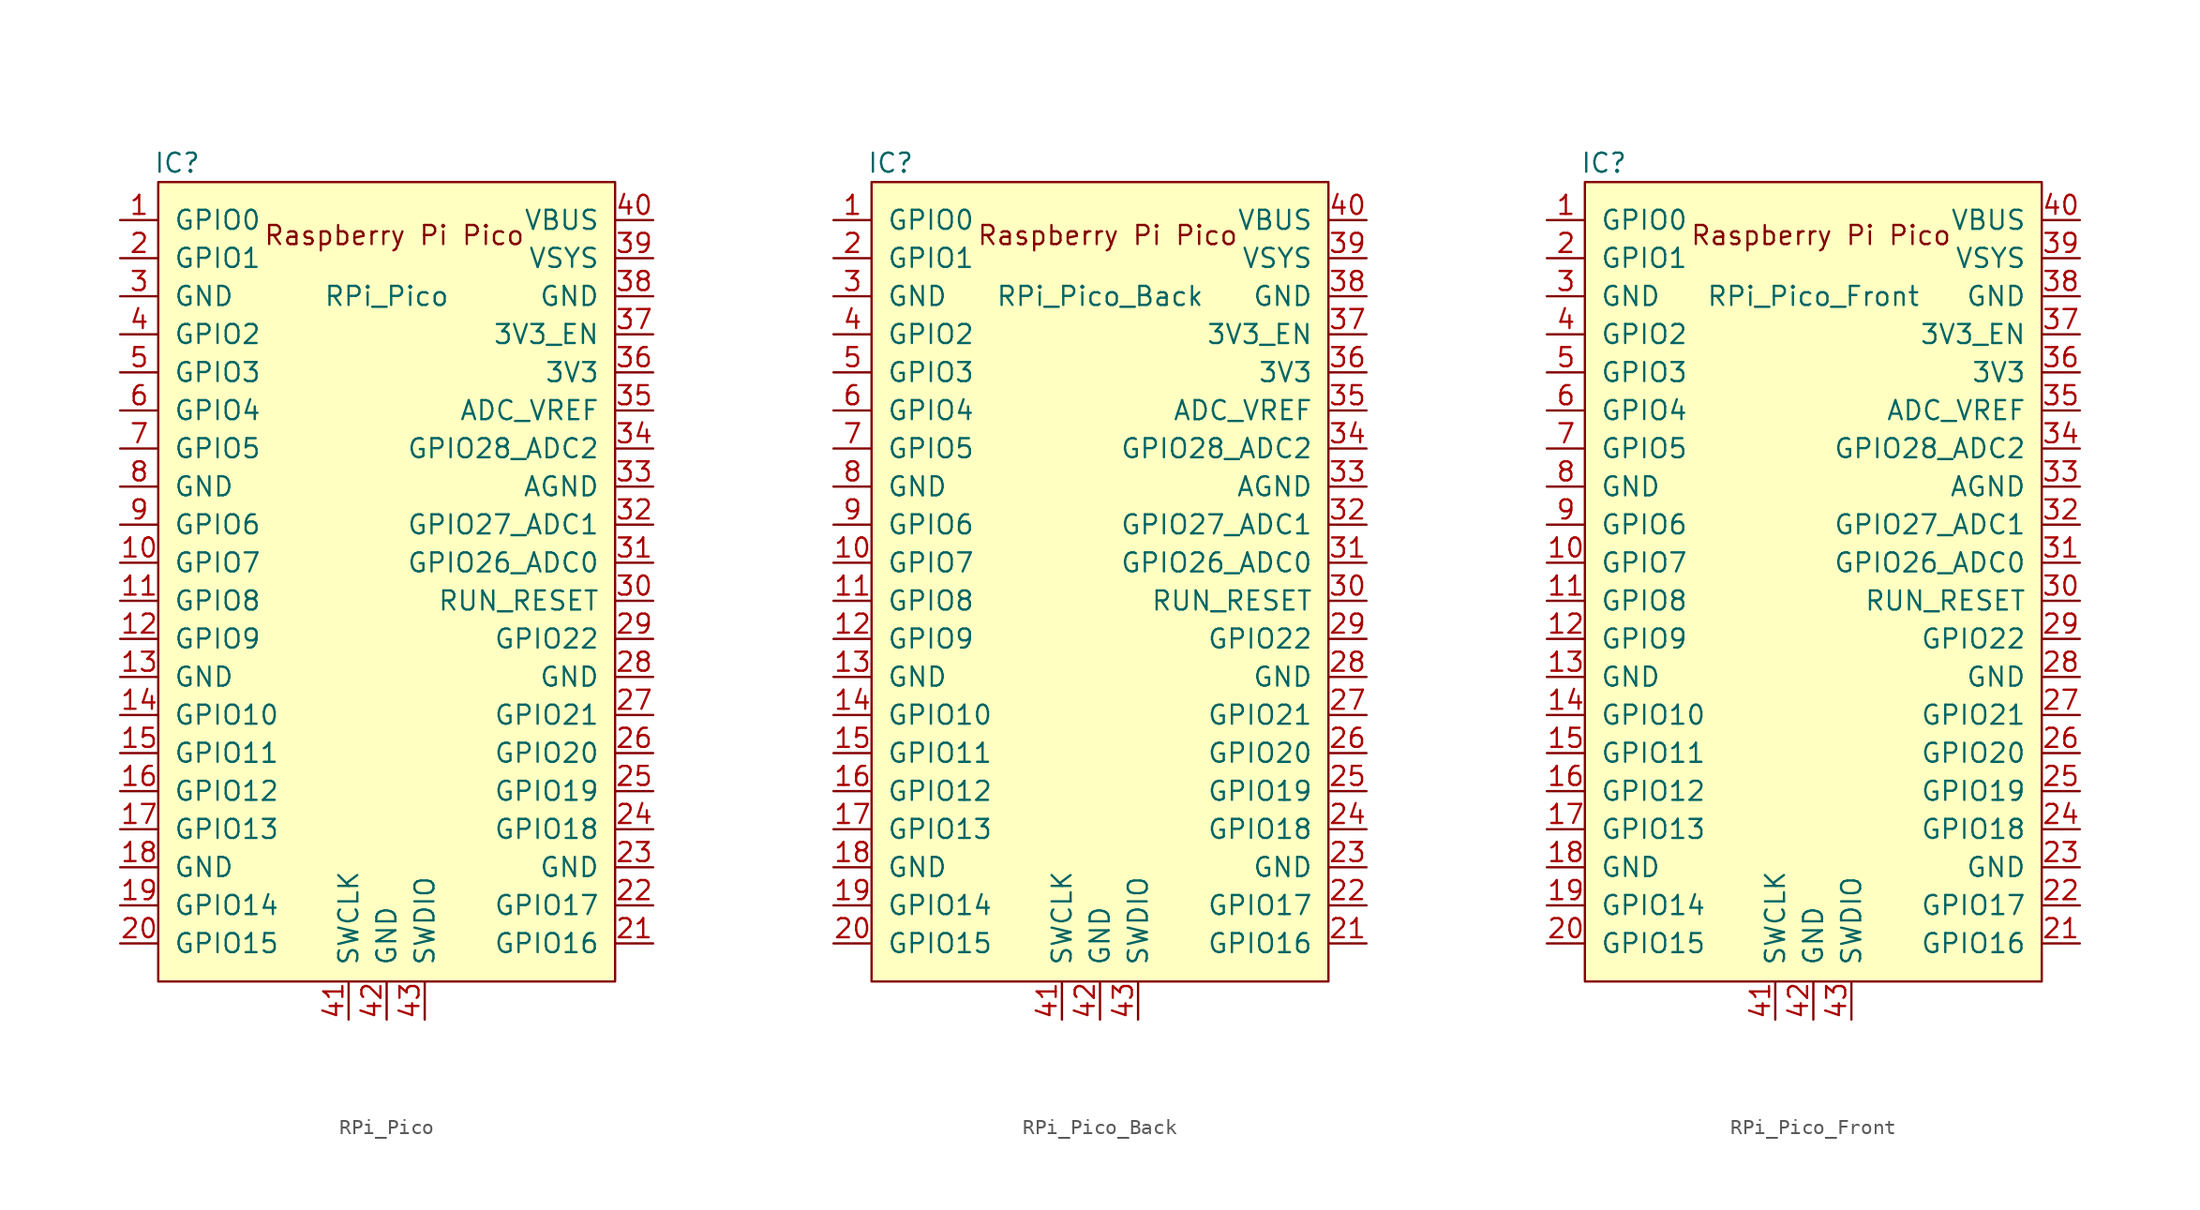
<source format=kicad_sym>
(kicad_symbol_lib
  (version 20211014)
  (generator kicad_symbol_editor)
  (symbol "RPi_Pico"
    (pin_names
      (offset 1.016))
    (property "Reference" "IC"
      (at -13.97 27.94 0)
      (effects (font (size 1.27 1.27))))
    (property "Value" "RPi_Pico"
      (at 0 19.05 0)
      (effects (font (size 1.27 1.27))))
    (symbol "RPi_Pico_0_0"
      (text "Raspberry Pi Pico" (at 0.508 23.114 0) (effects (font (size 1.27 1.27)))))
    (symbol "RPi_Pico_0_1"
      (rectangle (start -15.24 26.67) (end 15.24 -26.67) (stroke (width 0) (type default) (color 0 0 0 0)) (fill (type background))))
    (symbol "RPi_Pico_1_1"
      (pin bidirectional line (at -17.78 24.13 0) (length 2.54) (name "GPIO0" (effects (font (size 1.27 1.27)))) (number "1" (effects (font (size 1.27 1.27)))))
      (pin bidirectional line (at -17.78 1.27 0) (length 2.54) (name "GPIO7" (effects (font (size 1.27 1.27)))) (number "10" (effects (font (size 1.27 1.27)))))
      (pin bidirectional line (at -17.78 -1.27 0) (length 2.54) (name "GPIO8" (effects (font (size 1.27 1.27)))) (number "11" (effects (font (size 1.27 1.27)))))
      (pin bidirectional line (at -17.78 -3.81 0) (length 2.54) (name "GPIO9" (effects (font (size 1.27 1.27)))) (number "12" (effects (font (size 1.27 1.27)))))
      (pin power_in line (at -17.78 -6.35 0) (length 2.54) (name "GND" (effects (font (size 1.27 1.27)))) (number "13" (effects (font (size 1.27 1.27)))))
      (pin bidirectional line (at -17.78 -8.89 0) (length 2.54) (name "GPIO10" (effects (font (size 1.27 1.27)))) (number "14" (effects (font (size 1.27 1.27)))))
      (pin bidirectional line (at -17.78 -11.43 0) (length 2.54) (name "GPIO11" (effects (font (size 1.27 1.27)))) (number "15" (effects (font (size 1.27 1.27)))))
      (pin bidirectional line (at -17.78 -13.97 0) (length 2.54) (name "GPIO12" (effects (font (size 1.27 1.27)))) (number "16" (effects (font (size 1.27 1.27)))))
      (pin bidirectional line (at -17.78 -16.51 0) (length 2.54) (name "GPIO13" (effects (font (size 1.27 1.27)))) (number "17" (effects (font (size 1.27 1.27)))))
      (pin power_in line (at -17.78 -19.05 0) (length 2.54) (name "GND" (effects (font (size 1.27 1.27)))) (number "18" (effects (font (size 1.27 1.27)))))
      (pin bidirectional line (at -17.78 -21.59 0) (length 2.54) (name "GPIO14" (effects (font (size 1.27 1.27)))) (number "19" (effects (font (size 1.27 1.27)))))
      (pin bidirectional line (at -17.78 21.59 0) (length 2.54) (name "GPIO1" (effects (font (size 1.27 1.27)))) (number "2" (effects (font (size 1.27 1.27)))))
      (pin bidirectional line (at -17.78 -24.13 0) (length 2.54) (name "GPIO15" (effects (font (size 1.27 1.27)))) (number "20" (effects (font (size 1.27 1.27)))))
      (pin bidirectional line (at 17.78 -24.13 180) (length 2.54) (name "GPIO16" (effects (font (size 1.27 1.27)))) (number "21" (effects (font (size 1.27 1.27)))))
      (pin bidirectional line (at 17.78 -21.59 180) (length 2.54) (name "GPIO17" (effects (font (size 1.27 1.27)))) (number "22" (effects (font (size 1.27 1.27)))))
      (pin power_in line (at 17.78 -19.05 180) (length 2.54) (name "GND" (effects (font (size 1.27 1.27)))) (number "23" (effects (font (size 1.27 1.27)))))
      (pin bidirectional line (at 17.78 -16.51 180) (length 2.54) (name "GPIO18" (effects (font (size 1.27 1.27)))) (number "24" (effects (font (size 1.27 1.27)))))
      (pin bidirectional line (at 17.78 -13.97 180) (length 2.54) (name "GPIO19" (effects (font (size 1.27 1.27)))) (number "25" (effects (font (size 1.27 1.27)))))
      (pin bidirectional line (at 17.78 -11.43 180) (length 2.54) (name "GPIO20" (effects (font (size 1.27 1.27)))) (number "26" (effects (font (size 1.27 1.27)))))
      (pin bidirectional line (at 17.78 -8.89 180) (length 2.54) (name "GPIO21" (effects (font (size 1.27 1.27)))) (number "27" (effects (font (size 1.27 1.27)))))
      (pin power_in line (at 17.78 -6.35 180) (length 2.54) (name "GND" (effects (font (size 1.27 1.27)))) (number "28" (effects (font (size 1.27 1.27)))))
      (pin bidirectional line (at 17.78 -3.81 180) (length 2.54) (name "GPIO22" (effects (font (size 1.27 1.27)))) (number "29" (effects (font (size 1.27 1.27)))))
      (pin power_in line (at -17.78 19.05 0) (length 2.54) (name "GND" (effects (font (size 1.27 1.27)))) (number "3" (effects (font (size 1.27 1.27)))))
      (pin input line (at 17.78 -1.27 180) (length 2.54) (name "RUN_RESET" (effects (font (size 1.27 1.27)))) (number "30" (effects (font (size 1.27 1.27)))))
      (pin bidirectional line (at 17.78 1.27 180) (length 2.54) (name "GPIO26_ADC0" (effects (font (size 1.27 1.27)))) (number "31" (effects (font (size 1.27 1.27)))))
      (pin bidirectional line (at 17.78 3.81 180) (length 2.54) (name "GPIO27_ADC1" (effects (font (size 1.27 1.27)))) (number "32" (effects (font (size 1.27 1.27)))))
      (pin power_in line (at 17.78 6.35 180) (length 2.54) (name "AGND" (effects (font (size 1.27 1.27)))) (number "33" (effects (font (size 1.27 1.27)))))
      (pin bidirectional line (at 17.78 8.89 180) (length 2.54) (name "GPIO28_ADC2" (effects (font (size 1.27 1.27)))) (number "34" (effects (font (size 1.27 1.27)))))
      (pin power_in line (at 17.78 11.43 180) (length 2.54) (name "ADC_VREF" (effects (font (size 1.27 1.27)))) (number "35" (effects (font (size 1.27 1.27)))))
      (pin power_in line (at 17.78 13.97 180) (length 2.54) (name "3V3" (effects (font (size 1.27 1.27)))) (number "36" (effects (font (size 1.27 1.27)))))
      (pin input line (at 17.78 16.51 180) (length 2.54) (name "3V3_EN" (effects (font (size 1.27 1.27)))) (number "37" (effects (font (size 1.27 1.27)))))
      (pin power_in line (at 17.78 19.05 180) (length 2.54) (name "GND" (effects (font (size 1.27 1.27)))) (number "38" (effects (font (size 1.27 1.27)))))
      (pin power_in line (at 17.78 21.59 180) (length 2.54) (name "VSYS" (effects (font (size 1.27 1.27)))) (number "39" (effects (font (size 1.27 1.27)))))
      (pin bidirectional line (at -17.78 16.51 0) (length 2.54) (name "GPIO2" (effects (font (size 1.27 1.27)))) (number "4" (effects (font (size 1.27 1.27)))))
      (pin power_in line (at 17.78 24.13 180) (length 2.54) (name "VBUS" (effects (font (size 1.27 1.27)))) (number "40" (effects (font (size 1.27 1.27)))))
      (pin input line (at -2.54 -29.21 90) (length 2.54) (name "SWCLK" (effects (font (size 1.27 1.27)))) (number "41" (effects (font (size 1.27 1.27)))))
      (pin power_in line (at 0 -29.21 90) (length 2.54) (name "GND" (effects (font (size 1.27 1.27)))) (number "42" (effects (font (size 1.27 1.27)))))
      (pin bidirectional line (at 2.54 -29.21 90) (length 2.54) (name "SWDIO" (effects (font (size 1.27 1.27)))) (number "43" (effects (font (size 1.27 1.27)))))
      (pin bidirectional line (at -17.78 13.97 0) (length 2.54) (name "GPIO3" (effects (font (size 1.27 1.27)))) (number "5" (effects (font (size 1.27 1.27)))))
      (pin bidirectional line (at -17.78 11.43 0) (length 2.54) (name "GPIO4" (effects (font (size 1.27 1.27)))) (number "6" (effects (font (size 1.27 1.27)))))
      (pin bidirectional line (at -17.78 8.89 0) (length 2.54) (name "GPIO5" (effects (font (size 1.27 1.27)))) (number "7" (effects (font (size 1.27 1.27)))))
      (pin power_in line (at -17.78 6.35 0) (length 2.54) (name "GND" (effects (font (size 1.27 1.27)))) (number "8" (effects (font (size 1.27 1.27)))))
      (pin bidirectional line (at -17.78 3.81 0) (length 2.54) (name "GPIO6" (effects (font (size 1.27 1.27)))) (number "9" (effects (font (size 1.27 1.27)))))))
  (symbol "RPi_Pico_Back"
    (pin_names
      (offset 1.016))
    (property "Reference" "IC"
      (at -13.97 27.94 0)
      (effects (font (size 1.27 1.27))))
    (property "Value" "RPi_Pico_Back"
      (at 0 19.05 0)
      (effects (font (size 1.27 1.27))))
    (symbol "RPi_Pico_Back_0_0"
      (text "Raspberry Pi Pico" (at 0.508 23.114 0) (effects (font (size 1.27 1.27)))))
    (symbol "RPi_Pico_Back_0_1"
      (rectangle (start -15.24 26.67) (end 15.24 -26.67) (stroke (width 0) (type default) (color 0 0 0 0)) (fill (type background))))
    (symbol "RPi_Pico_Back_1_1"
      (pin bidirectional line (at -17.78 24.13 0) (length 2.54) (name "GPIO0" (effects (font (size 1.27 1.27)))) (number "1" (effects (font (size 1.27 1.27)))))
      (pin bidirectional line (at -17.78 1.27 0) (length 2.54) (name "GPIO7" (effects (font (size 1.27 1.27)))) (number "10" (effects (font (size 1.27 1.27)))))
      (pin bidirectional line (at -17.78 -1.27 0) (length 2.54) (name "GPIO8" (effects (font (size 1.27 1.27)))) (number "11" (effects (font (size 1.27 1.27)))))
      (pin bidirectional line (at -17.78 -3.81 0) (length 2.54) (name "GPIO9" (effects (font (size 1.27 1.27)))) (number "12" (effects (font (size 1.27 1.27)))))
      (pin power_in line (at -17.78 -6.35 0) (length 2.54) (name "GND" (effects (font (size 1.27 1.27)))) (number "13" (effects (font (size 1.27 1.27)))))
      (pin bidirectional line (at -17.78 -8.89 0) (length 2.54) (name "GPIO10" (effects (font (size 1.27 1.27)))) (number "14" (effects (font (size 1.27 1.27)))))
      (pin bidirectional line (at -17.78 -11.43 0) (length 2.54) (name "GPIO11" (effects (font (size 1.27 1.27)))) (number "15" (effects (font (size 1.27 1.27)))))
      (pin bidirectional line (at -17.78 -13.97 0) (length 2.54) (name "GPIO12" (effects (font (size 1.27 1.27)))) (number "16" (effects (font (size 1.27 1.27)))))
      (pin bidirectional line (at -17.78 -16.51 0) (length 2.54) (name "GPIO13" (effects (font (size 1.27 1.27)))) (number "17" (effects (font (size 1.27 1.27)))))
      (pin power_in line (at -17.78 -19.05 0) (length 2.54) (name "GND" (effects (font (size 1.27 1.27)))) (number "18" (effects (font (size 1.27 1.27)))))
      (pin bidirectional line (at -17.78 -21.59 0) (length 2.54) (name "GPIO14" (effects (font (size 1.27 1.27)))) (number "19" (effects (font (size 1.27 1.27)))))
      (pin bidirectional line (at -17.78 21.59 0) (length 2.54) (name "GPIO1" (effects (font (size 1.27 1.27)))) (number "2" (effects (font (size 1.27 1.27)))))
      (pin bidirectional line (at -17.78 -24.13 0) (length 2.54) (name "GPIO15" (effects (font (size 1.27 1.27)))) (number "20" (effects (font (size 1.27 1.27)))))
      (pin bidirectional line (at 17.78 -24.13 180) (length 2.54) (name "GPIO16" (effects (font (size 1.27 1.27)))) (number "21" (effects (font (size 1.27 1.27)))))
      (pin bidirectional line (at 17.78 -21.59 180) (length 2.54) (name "GPIO17" (effects (font (size 1.27 1.27)))) (number "22" (effects (font (size 1.27 1.27)))))
      (pin power_in line (at 17.78 -19.05 180) (length 2.54) (name "GND" (effects (font (size 1.27 1.27)))) (number "23" (effects (font (size 1.27 1.27)))))
      (pin bidirectional line (at 17.78 -16.51 180) (length 2.54) (name "GPIO18" (effects (font (size 1.27 1.27)))) (number "24" (effects (font (size 1.27 1.27)))))
      (pin bidirectional line (at 17.78 -13.97 180) (length 2.54) (name "GPIO19" (effects (font (size 1.27 1.27)))) (number "25" (effects (font (size 1.27 1.27)))))
      (pin bidirectional line (at 17.78 -11.43 180) (length 2.54) (name "GPIO20" (effects (font (size 1.27 1.27)))) (number "26" (effects (font (size 1.27 1.27)))))
      (pin bidirectional line (at 17.78 -8.89 180) (length 2.54) (name "GPIO21" (effects (font (size 1.27 1.27)))) (number "27" (effects (font (size 1.27 1.27)))))
      (pin power_in line (at 17.78 -6.35 180) (length 2.54) (name "GND" (effects (font (size 1.27 1.27)))) (number "28" (effects (font (size 1.27 1.27)))))
      (pin bidirectional line (at 17.78 -3.81 180) (length 2.54) (name "GPIO22" (effects (font (size 1.27 1.27)))) (number "29" (effects (font (size 1.27 1.27)))))
      (pin power_in line (at -17.78 19.05 0) (length 2.54) (name "GND" (effects (font (size 1.27 1.27)))) (number "3" (effects (font (size 1.27 1.27)))))
      (pin input line (at 17.78 -1.27 180) (length 2.54) (name "RUN_RESET" (effects (font (size 1.27 1.27)))) (number "30" (effects (font (size 1.27 1.27)))))
      (pin bidirectional line (at 17.78 1.27 180) (length 2.54) (name "GPIO26_ADC0" (effects (font (size 1.27 1.27)))) (number "31" (effects (font (size 1.27 1.27)))))
      (pin bidirectional line (at 17.78 3.81 180) (length 2.54) (name "GPIO27_ADC1" (effects (font (size 1.27 1.27)))) (number "32" (effects (font (size 1.27 1.27)))))
      (pin power_in line (at 17.78 6.35 180) (length 2.54) (name "AGND" (effects (font (size 1.27 1.27)))) (number "33" (effects (font (size 1.27 1.27)))))
      (pin bidirectional line (at 17.78 8.89 180) (length 2.54) (name "GPIO28_ADC2" (effects (font (size 1.27 1.27)))) (number "34" (effects (font (size 1.27 1.27)))))
      (pin power_in line (at 17.78 11.43 180) (length 2.54) (name "ADC_VREF" (effects (font (size 1.27 1.27)))) (number "35" (effects (font (size 1.27 1.27)))))
      (pin power_in line (at 17.78 13.97 180) (length 2.54) (name "3V3" (effects (font (size 1.27 1.27)))) (number "36" (effects (font (size 1.27 1.27)))))
      (pin input line (at 17.78 16.51 180) (length 2.54) (name "3V3_EN" (effects (font (size 1.27 1.27)))) (number "37" (effects (font (size 1.27 1.27)))))
      (pin power_in line (at 17.78 19.05 180) (length 2.54) (name "GND" (effects (font (size 1.27 1.27)))) (number "38" (effects (font (size 1.27 1.27)))))
      (pin power_in line (at 17.78 21.59 180) (length 2.54) (name "VSYS" (effects (font (size 1.27 1.27)))) (number "39" (effects (font (size 1.27 1.27)))))
      (pin bidirectional line (at -17.78 16.51 0) (length 2.54) (name "GPIO2" (effects (font (size 1.27 1.27)))) (number "4" (effects (font (size 1.27 1.27)))))
      (pin power_in line (at 17.78 24.13 180) (length 2.54) (name "VBUS" (effects (font (size 1.27 1.27)))) (number "40" (effects (font (size 1.27 1.27)))))
      (pin input line (at -2.54 -29.21 90) (length 2.54) (name "SWCLK" (effects (font (size 1.27 1.27)))) (number "41" (effects (font (size 1.27 1.27)))))
      (pin power_in line (at 0 -29.21 90) (length 2.54) (name "GND" (effects (font (size 1.27 1.27)))) (number "42" (effects (font (size 1.27 1.27)))))
      (pin bidirectional line (at 2.54 -29.21 90) (length 2.54) (name "SWDIO" (effects (font (size 1.27 1.27)))) (number "43" (effects (font (size 1.27 1.27)))))
      (pin bidirectional line (at -17.78 13.97 0) (length 2.54) (name "GPIO3" (effects (font (size 1.27 1.27)))) (number "5" (effects (font (size 1.27 1.27)))))
      (pin bidirectional line (at -17.78 11.43 0) (length 2.54) (name "GPIO4" (effects (font (size 1.27 1.27)))) (number "6" (effects (font (size 1.27 1.27)))))
      (pin bidirectional line (at -17.78 8.89 0) (length 2.54) (name "GPIO5" (effects (font (size 1.27 1.27)))) (number "7" (effects (font (size 1.27 1.27)))))
      (pin power_in line (at -17.78 6.35 0) (length 2.54) (name "GND" (effects (font (size 1.27 1.27)))) (number "8" (effects (font (size 1.27 1.27)))))
      (pin bidirectional line (at -17.78 3.81 0) (length 2.54) (name "GPIO6" (effects (font (size 1.27 1.27)))) (number "9" (effects (font (size 1.27 1.27)))))))
  (symbol "RPi_Pico_Front"
    (pin_names
      (offset 1.016))
    (property "Reference" "IC"
      (at -13.97 27.94 0)
      (effects (font (size 1.27 1.27))))
    (property "Value" "RPi_Pico_Front"
      (at 0 19.05 0)
      (effects (font (size 1.27 1.27))))
    (symbol "RPi_Pico_Front_0_0"
      (text "Raspberry Pi Pico" (at 0.508 23.114 0) (effects (font (size 1.27 1.27)))))
    (symbol "RPi_Pico_Front_0_1"
      (rectangle (start -15.24 26.67) (end 15.24 -26.67) (stroke (width 0) (type default) (color 0 0 0 0)) (fill (type background))))
    (symbol "RPi_Pico_Front_1_1"
      (pin bidirectional line (at -17.78 24.13 0) (length 2.54) (name "GPIO0" (effects (font (size 1.27 1.27)))) (number "1" (effects (font (size 1.27 1.27)))))
      (pin bidirectional line (at -17.78 1.27 0) (length 2.54) (name "GPIO7" (effects (font (size 1.27 1.27)))) (number "10" (effects (font (size 1.27 1.27)))))
      (pin bidirectional line (at -17.78 -1.27 0) (length 2.54) (name "GPIO8" (effects (font (size 1.27 1.27)))) (number "11" (effects (font (size 1.27 1.27)))))
      (pin bidirectional line (at -17.78 -3.81 0) (length 2.54) (name "GPIO9" (effects (font (size 1.27 1.27)))) (number "12" (effects (font (size 1.27 1.27)))))
      (pin power_in line (at -17.78 -6.35 0) (length 2.54) (name "GND" (effects (font (size 1.27 1.27)))) (number "13" (effects (font (size 1.27 1.27)))))
      (pin bidirectional line (at -17.78 -8.89 0) (length 2.54) (name "GPIO10" (effects (font (size 1.27 1.27)))) (number "14" (effects (font (size 1.27 1.27)))))
      (pin bidirectional line (at -17.78 -11.43 0) (length 2.54) (name "GPIO11" (effects (font (size 1.27 1.27)))) (number "15" (effects (font (size 1.27 1.27)))))
      (pin bidirectional line (at -17.78 -13.97 0) (length 2.54) (name "GPIO12" (effects (font (size 1.27 1.27)))) (number "16" (effects (font (size 1.27 1.27)))))
      (pin bidirectional line (at -17.78 -16.51 0) (length 2.54) (name "GPIO13" (effects (font (size 1.27 1.27)))) (number "17" (effects (font (size 1.27 1.27)))))
      (pin power_in line (at -17.78 -19.05 0) (length 2.54) (name "GND" (effects (font (size 1.27 1.27)))) (number "18" (effects (font (size 1.27 1.27)))))
      (pin bidirectional line (at -17.78 -21.59 0) (length 2.54) (name "GPIO14" (effects (font (size 1.27 1.27)))) (number "19" (effects (font (size 1.27 1.27)))))
      (pin bidirectional line (at -17.78 21.59 0) (length 2.54) (name "GPIO1" (effects (font (size 1.27 1.27)))) (number "2" (effects (font (size 1.27 1.27)))))
      (pin bidirectional line (at -17.78 -24.13 0) (length 2.54) (name "GPIO15" (effects (font (size 1.27 1.27)))) (number "20" (effects (font (size 1.27 1.27)))))
      (pin bidirectional line (at 17.78 -24.13 180) (length 2.54) (name "GPIO16" (effects (font (size 1.27 1.27)))) (number "21" (effects (font (size 1.27 1.27)))))
      (pin bidirectional line (at 17.78 -21.59 180) (length 2.54) (name "GPIO17" (effects (font (size 1.27 1.27)))) (number "22" (effects (font (size 1.27 1.27)))))
      (pin power_in line (at 17.78 -19.05 180) (length 2.54) (name "GND" (effects (font (size 1.27 1.27)))) (number "23" (effects (font (size 1.27 1.27)))))
      (pin bidirectional line (at 17.78 -16.51 180) (length 2.54) (name "GPIO18" (effects (font (size 1.27 1.27)))) (number "24" (effects (font (size 1.27 1.27)))))
      (pin bidirectional line (at 17.78 -13.97 180) (length 2.54) (name "GPIO19" (effects (font (size 1.27 1.27)))) (number "25" (effects (font (size 1.27 1.27)))))
      (pin bidirectional line (at 17.78 -11.43 180) (length 2.54) (name "GPIO20" (effects (font (size 1.27 1.27)))) (number "26" (effects (font (size 1.27 1.27)))))
      (pin bidirectional line (at 17.78 -8.89 180) (length 2.54) (name "GPIO21" (effects (font (size 1.27 1.27)))) (number "27" (effects (font (size 1.27 1.27)))))
      (pin power_in line (at 17.78 -6.35 180) (length 2.54) (name "GND" (effects (font (size 1.27 1.27)))) (number "28" (effects (font (size 1.27 1.27)))))
      (pin bidirectional line (at 17.78 -3.81 180) (length 2.54) (name "GPIO22" (effects (font (size 1.27 1.27)))) (number "29" (effects (font (size 1.27 1.27)))))
      (pin power_in line (at -17.78 19.05 0) (length 2.54) (name "GND" (effects (font (size 1.27 1.27)))) (number "3" (effects (font (size 1.27 1.27)))))
      (pin input line (at 17.78 -1.27 180) (length 2.54) (name "RUN_RESET" (effects (font (size 1.27 1.27)))) (number "30" (effects (font (size 1.27 1.27)))))
      (pin bidirectional line (at 17.78 1.27 180) (length 2.54) (name "GPIO26_ADC0" (effects (font (size 1.27 1.27)))) (number "31" (effects (font (size 1.27 1.27)))))
      (pin bidirectional line (at 17.78 3.81 180) (length 2.54) (name "GPIO27_ADC1" (effects (font (size 1.27 1.27)))) (number "32" (effects (font (size 1.27 1.27)))))
      (pin power_in line (at 17.78 6.35 180) (length 2.54) (name "AGND" (effects (font (size 1.27 1.27)))) (number "33" (effects (font (size 1.27 1.27)))))
      (pin bidirectional line (at 17.78 8.89 180) (length 2.54) (name "GPIO28_ADC2" (effects (font (size 1.27 1.27)))) (number "34" (effects (font (size 1.27 1.27)))))
      (pin power_in line (at 17.78 11.43 180) (length 2.54) (name "ADC_VREF" (effects (font (size 1.27 1.27)))) (number "35" (effects (font (size 1.27 1.27)))))
      (pin power_in line (at 17.78 13.97 180) (length 2.54) (name "3V3" (effects (font (size 1.27 1.27)))) (number "36" (effects (font (size 1.27 1.27)))))
      (pin input line (at 17.78 16.51 180) (length 2.54) (name "3V3_EN" (effects (font (size 1.27 1.27)))) (number "37" (effects (font (size 1.27 1.27)))))
      (pin power_in line (at 17.78 19.05 180) (length 2.54) (name "GND" (effects (font (size 1.27 1.27)))) (number "38" (effects (font (size 1.27 1.27)))))
      (pin power_in line (at 17.78 21.59 180) (length 2.54) (name "VSYS" (effects (font (size 1.27 1.27)))) (number "39" (effects (font (size 1.27 1.27)))))
      (pin bidirectional line (at -17.78 16.51 0) (length 2.54) (name "GPIO2" (effects (font (size 1.27 1.27)))) (number "4" (effects (font (size 1.27 1.27)))))
      (pin power_in line (at 17.78 24.13 180) (length 2.54) (name "VBUS" (effects (font (size 1.27 1.27)))) (number "40" (effects (font (size 1.27 1.27)))))
      (pin input line (at -2.54 -29.21 90) (length 2.54) (name "SWCLK" (effects (font (size 1.27 1.27)))) (number "41" (effects (font (size 1.27 1.27)))))
      (pin power_in line (at 0 -29.21 90) (length 2.54) (name "GND" (effects (font (size 1.27 1.27)))) (number "42" (effects (font (size 1.27 1.27)))))
      (pin bidirectional line (at 2.54 -29.21 90) (length 2.54) (name "SWDIO" (effects (font (size 1.27 1.27)))) (number "43" (effects (font (size 1.27 1.27)))))
      (pin bidirectional line (at -17.78 13.97 0) (length 2.54) (name "GPIO3" (effects (font (size 1.27 1.27)))) (number "5" (effects (font (size 1.27 1.27)))))
      (pin bidirectional line (at -17.78 11.43 0) (length 2.54) (name "GPIO4" (effects (font (size 1.27 1.27)))) (number "6" (effects (font (size 1.27 1.27)))))
      (pin bidirectional line (at -17.78 8.89 0) (length 2.54) (name "GPIO5" (effects (font (size 1.27 1.27)))) (number "7" (effects (font (size 1.27 1.27)))))
      (pin power_in line (at -17.78 6.35 0) (length 2.54) (name "GND" (effects (font (size 1.27 1.27)))) (number "8" (effects (font (size 1.27 1.27)))))
      (pin bidirectional line (at -17.78 3.81 0) (length 2.54) (name "GPIO6" (effects (font (size 1.27 1.27)))) (number "9" (effects (font (size 1.27 1.27))))))))
</source>
